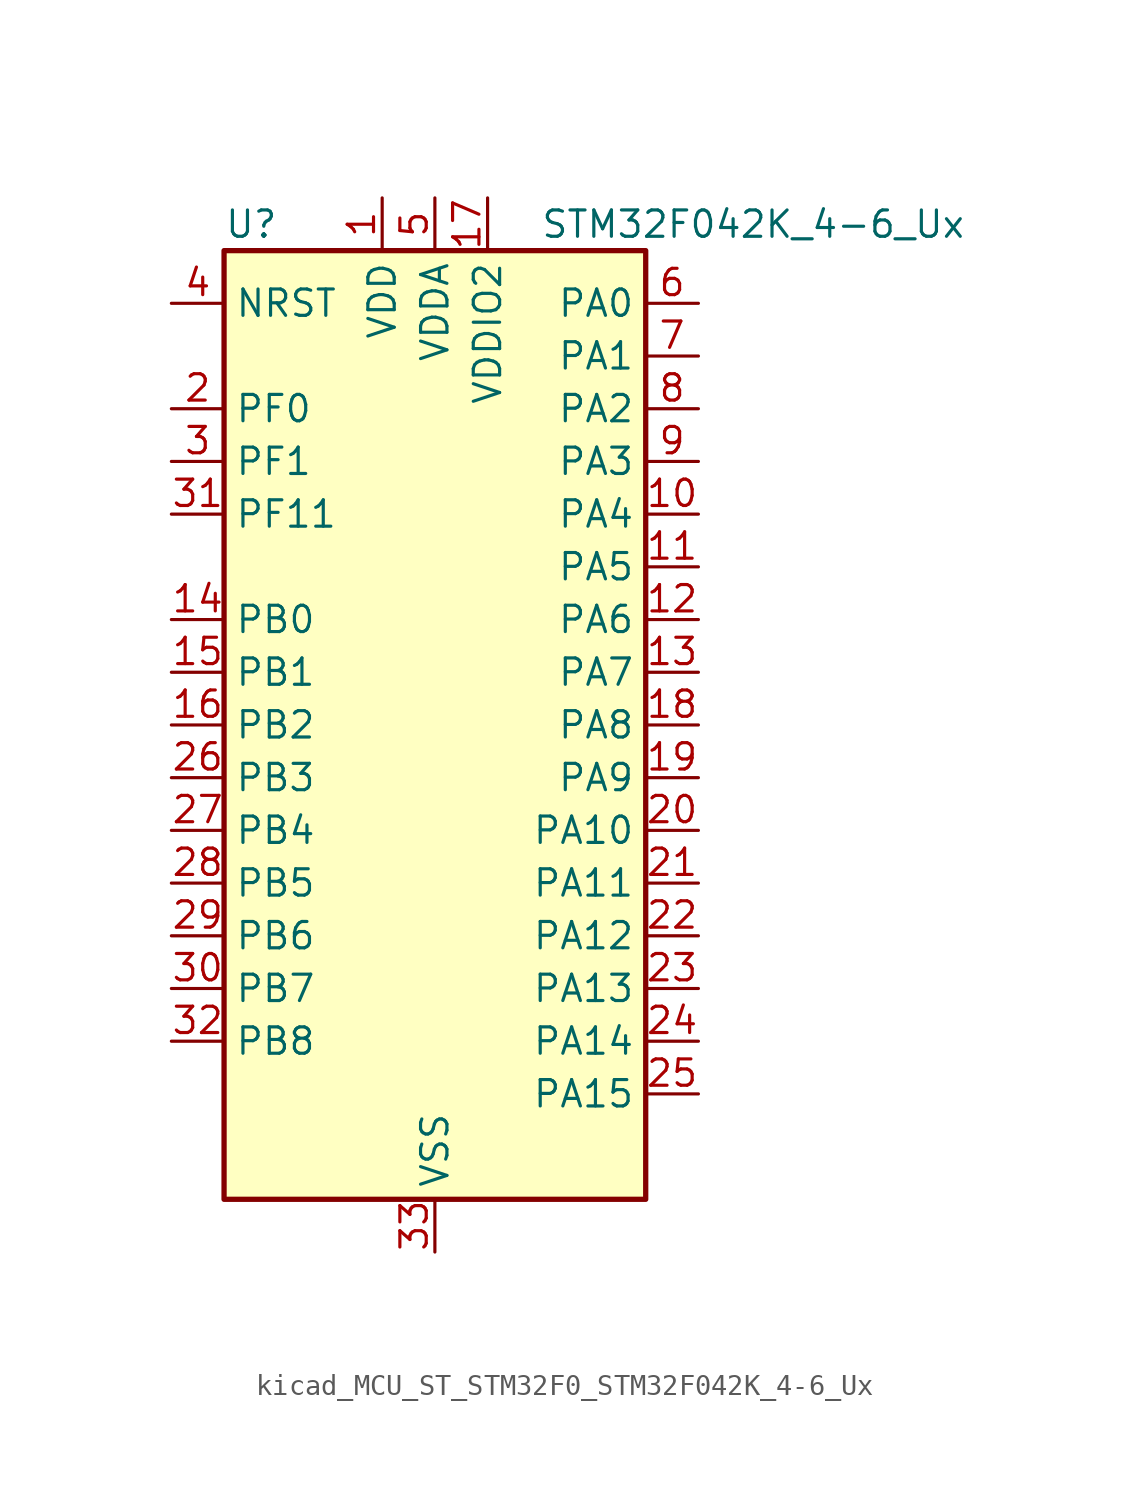
<source format=kicad_sym>
(kicad_symbol_lib
  (version 20220914)
  (generator kicad_symbol_editor)
  (symbol "kicad_MCU_ST_STM32F0_STM32F042K_4-6_Ux"
    (property "Reference" "U"
      (at -10.16 24.13 0)
      (effects (font (size 1.27 1.27)) (justify left)))
    (property "Value" "STM32F042K_4-6_Ux"
      (at 5.08 24.13 0)
      (effects (font (size 1.27 1.27)) (justify left)))
    (property "ki_locked" ""
      (at 0 0 0)
      (effects (font (size 1.27 1.27))))
    (symbol "kicad_MCU_ST_STM32F0_STM32F042K_4-6_Ux_0_1"
      (rectangle (start -10.16 -22.86) (end 10.16 22.86) (stroke (width 0.254) (type default)) (fill (type background))))
    (symbol "kicad_MCU_ST_STM32F0_STM32F042K_4-6_Ux_1_1"
      (pin power_in line (at -2.54 25.4 270) (length 2.54) (name "VDD" (effects (font (size 1.27 1.27)))) (number "1" (effects (font (size 1.27 1.27)))))
      (pin bidirectional line (at 12.7 10.16 180) (length 2.54) (name "PA4" (effects (font (size 1.27 1.27)))) (number "10" (effects (font (size 1.27 1.27)))) (alternate "ADC_IN4" bidirectional line) (alternate "I2S1_WS" bidirectional line) (alternate "SPI1_NSS" bidirectional line) (alternate "TIM14_CH1" bidirectional line) (alternate "TSC_G2_IO1" bidirectional line) (alternate "USART2_CK" bidirectional line) (alternate "USB_NOE" bidirectional line))
      (pin bidirectional line (at 12.7 7.62 180) (length 2.54) (name "PA5" (effects (font (size 1.27 1.27)))) (number "11" (effects (font (size 1.27 1.27)))) (alternate "ADC_IN5" bidirectional line) (alternate "CEC" bidirectional line) (alternate "I2S1_CK" bidirectional line) (alternate "SPI1_SCK" bidirectional line) (alternate "TIM2_CH1" bidirectional line) (alternate "TIM2_ETR" bidirectional line) (alternate "TSC_G2_IO2" bidirectional line))
      (pin bidirectional line (at 12.7 5.08 180) (length 2.54) (name "PA6" (effects (font (size 1.27 1.27)))) (number "12" (effects (font (size 1.27 1.27)))) (alternate "ADC_IN6" bidirectional line) (alternate "I2S1_MCK" bidirectional line) (alternate "SPI1_MISO" bidirectional line) (alternate "TIM16_CH1" bidirectional line) (alternate "TIM1_BKIN" bidirectional line) (alternate "TIM3_CH1" bidirectional line) (alternate "TSC_G2_IO3" bidirectional line))
      (pin bidirectional line (at 12.7 2.54 180) (length 2.54) (name "PA7" (effects (font (size 1.27 1.27)))) (number "13" (effects (font (size 1.27 1.27)))) (alternate "ADC_IN7" bidirectional line) (alternate "I2S1_SD" bidirectional line) (alternate "SPI1_MOSI" bidirectional line) (alternate "TIM14_CH1" bidirectional line) (alternate "TIM17_CH1" bidirectional line) (alternate "TIM1_CH1N" bidirectional line) (alternate "TIM3_CH2" bidirectional line) (alternate "TSC_G2_IO4" bidirectional line))
      (pin bidirectional line (at -12.7 5.08 0) (length 2.54) (name "PB0" (effects (font (size 1.27 1.27)))) (number "14" (effects (font (size 1.27 1.27)))) (alternate "ADC_IN8" bidirectional line) (alternate "TIM1_CH2N" bidirectional line) (alternate "TIM3_CH3" bidirectional line) (alternate "TSC_G3_IO2" bidirectional line))
      (pin bidirectional line (at -12.7 2.54 0) (length 2.54) (name "PB1" (effects (font (size 1.27 1.27)))) (number "15" (effects (font (size 1.27 1.27)))) (alternate "ADC_IN9" bidirectional line) (alternate "TIM14_CH1" bidirectional line) (alternate "TIM1_CH3N" bidirectional line) (alternate "TIM3_CH4" bidirectional line) (alternate "TSC_G3_IO3" bidirectional line))
      (pin bidirectional line (at -12.7 0 0) (length 2.54) (name "PB2" (effects (font (size 1.27 1.27)))) (number "16" (effects (font (size 1.27 1.27)))) (alternate "TSC_G3_IO4" bidirectional line))
      (pin power_in line (at 2.54 25.4 270) (length 2.54) (name "VDDIO2" (effects (font (size 1.27 1.27)))) (number "17" (effects (font (size 1.27 1.27)))))
      (pin bidirectional line (at 12.7 0 180) (length 2.54) (name "PA8" (effects (font (size 1.27 1.27)))) (number "18" (effects (font (size 1.27 1.27)))) (alternate "CRS_SYNC" bidirectional line) (alternate "RCC_MCO" bidirectional line) (alternate "TIM1_CH1" bidirectional line) (alternate "USART1_CK" bidirectional line))
      (pin bidirectional line (at 12.7 -2.54 180) (length 2.54) (name "PA9" (effects (font (size 1.27 1.27)))) (number "19" (effects (font (size 1.27 1.27)))) (alternate "I2C1_SCL" bidirectional line) (alternate "TIM1_CH2" bidirectional line) (alternate "TSC_G4_IO1" bidirectional line) (alternate "USART1_TX" bidirectional line))
      (pin bidirectional line (at -12.7 15.24 0) (length 2.54) (name "PF0" (effects (font (size 1.27 1.27)))) (number "2" (effects (font (size 1.27 1.27)))) (alternate "CRS_SYNC" bidirectional line) (alternate "I2C1_SDA" bidirectional line) (alternate "RCC_OSC_IN" bidirectional line))
      (pin bidirectional line (at 12.7 -5.08 180) (length 2.54) (name "PA10" (effects (font (size 1.27 1.27)))) (number "20" (effects (font (size 1.27 1.27)))) (alternate "I2C1_SDA" bidirectional line) (alternate "TIM17_BKIN" bidirectional line) (alternate "TIM1_CH3" bidirectional line) (alternate "TSC_G4_IO2" bidirectional line) (alternate "USART1_RX" bidirectional line))
      (pin bidirectional line (at 12.7 -7.62 180) (length 2.54) (name "PA11" (effects (font (size 1.27 1.27)))) (number "21" (effects (font (size 1.27 1.27)))) (alternate "CAN_RX" bidirectional line) (alternate "I2C1_SCL" bidirectional line) (alternate "TIM1_CH4" bidirectional line) (alternate "TSC_G4_IO3" bidirectional line) (alternate "USART1_CTS" bidirectional line) (alternate "USB_DM" bidirectional line))
      (pin bidirectional line (at 12.7 -10.16 180) (length 2.54) (name "PA12" (effects (font (size 1.27 1.27)))) (number "22" (effects (font (size 1.27 1.27)))) (alternate "CAN_TX" bidirectional line) (alternate "I2C1_SDA" bidirectional line) (alternate "TIM1_ETR" bidirectional line) (alternate "TSC_G4_IO4" bidirectional line) (alternate "USART1_DE" bidirectional line) (alternate "USART1_RTS" bidirectional line) (alternate "USB_DP" bidirectional line))
      (pin bidirectional line (at 12.7 -12.7 180) (length 2.54) (name "PA13" (effects (font (size 1.27 1.27)))) (number "23" (effects (font (size 1.27 1.27)))) (alternate "IR_OUT" bidirectional line) (alternate "SYS_SWDIO" bidirectional line) (alternate "USB_NOE" bidirectional line))
      (pin bidirectional line (at 12.7 -15.24 180) (length 2.54) (name "PA14" (effects (font (size 1.27 1.27)))) (number "24" (effects (font (size 1.27 1.27)))) (alternate "SYS_SWCLK" bidirectional line) (alternate "USART2_TX" bidirectional line))
      (pin bidirectional line (at 12.7 -17.78 180) (length 2.54) (name "PA15" (effects (font (size 1.27 1.27)))) (number "25" (effects (font (size 1.27 1.27)))) (alternate "I2S1_WS" bidirectional line) (alternate "SPI1_NSS" bidirectional line) (alternate "TIM2_CH1" bidirectional line) (alternate "TIM2_ETR" bidirectional line) (alternate "USART2_RX" bidirectional line) (alternate "USB_NOE" bidirectional line))
      (pin bidirectional line (at -12.7 -2.54 0) (length 2.54) (name "PB3" (effects (font (size 1.27 1.27)))) (number "26" (effects (font (size 1.27 1.27)))) (alternate "I2S1_CK" bidirectional line) (alternate "SPI1_SCK" bidirectional line) (alternate "TIM2_CH2" bidirectional line) (alternate "TSC_G5_IO1" bidirectional line))
      (pin bidirectional line (at -12.7 -5.08 0) (length 2.54) (name "PB4" (effects (font (size 1.27 1.27)))) (number "27" (effects (font (size 1.27 1.27)))) (alternate "I2S1_MCK" bidirectional line) (alternate "SPI1_MISO" bidirectional line) (alternate "TIM17_BKIN" bidirectional line) (alternate "TIM3_CH1" bidirectional line) (alternate "TSC_G5_IO2" bidirectional line))
      (pin bidirectional line (at -12.7 -7.62 0) (length 2.54) (name "PB5" (effects (font (size 1.27 1.27)))) (number "28" (effects (font (size 1.27 1.27)))) (alternate "I2C1_SMBA" bidirectional line) (alternate "I2S1_SD" bidirectional line) (alternate "SPI1_MOSI" bidirectional line) (alternate "SYS_WKUP6" bidirectional line) (alternate "TIM16_BKIN" bidirectional line) (alternate "TIM3_CH2" bidirectional line))
      (pin bidirectional line (at -12.7 -10.16 0) (length 2.54) (name "PB6" (effects (font (size 1.27 1.27)))) (number "29" (effects (font (size 1.27 1.27)))) (alternate "I2C1_SCL" bidirectional line) (alternate "TIM16_CH1N" bidirectional line) (alternate "TSC_G5_IO3" bidirectional line) (alternate "USART1_TX" bidirectional line))
      (pin bidirectional line (at -12.7 12.7 0) (length 2.54) (name "PF1" (effects (font (size 1.27 1.27)))) (number "3" (effects (font (size 1.27 1.27)))) (alternate "I2C1_SCL" bidirectional line) (alternate "RCC_OSC_OUT" bidirectional line))
      (pin bidirectional line (at -12.7 -12.7 0) (length 2.54) (name "PB7" (effects (font (size 1.27 1.27)))) (number "30" (effects (font (size 1.27 1.27)))) (alternate "I2C1_SDA" bidirectional line) (alternate "TIM17_CH1N" bidirectional line) (alternate "TSC_G5_IO4" bidirectional line) (alternate "USART1_RX" bidirectional line))
      (pin bidirectional line (at -12.7 10.16 0) (length 2.54) (name "PF11" (effects (font (size 1.27 1.27)))) (number "31" (effects (font (size 1.27 1.27)))))
      (pin bidirectional line (at -12.7 -15.24 0) (length 2.54) (name "PB8" (effects (font (size 1.27 1.27)))) (number "32" (effects (font (size 1.27 1.27)))) (alternate "CAN_RX" bidirectional line) (alternate "CEC" bidirectional line) (alternate "I2C1_SCL" bidirectional line) (alternate "TIM16_CH1" bidirectional line) (alternate "TSC_SYNC" bidirectional line))
      (pin power_in line (at 0 -25.4 90) (length 2.54) (name "VSS" (effects (font (size 1.27 1.27)))) (number "33" (effects (font (size 1.27 1.27)))))
      (pin input line (at -12.7 20.32 0) (length 2.54) (name "NRST" (effects (font (size 1.27 1.27)))) (number "4" (effects (font (size 1.27 1.27)))))
      (pin power_in line (at 0 25.4 270) (length 2.54) (name "VDDA" (effects (font (size 1.27 1.27)))) (number "5" (effects (font (size 1.27 1.27)))))
      (pin bidirectional line (at 12.7 20.32 180) (length 2.54) (name "PA0" (effects (font (size 1.27 1.27)))) (number "6" (effects (font (size 1.27 1.27)))) (alternate "ADC_IN0" bidirectional line) (alternate "RTC_TAMP2" bidirectional line) (alternate "SYS_WKUP1" bidirectional line) (alternate "TIM2_CH1" bidirectional line) (alternate "TIM2_ETR" bidirectional line) (alternate "TSC_G1_IO1" bidirectional line) (alternate "USART2_CTS" bidirectional line))
      (pin bidirectional line (at 12.7 17.78 180) (length 2.54) (name "PA1" (effects (font (size 1.27 1.27)))) (number "7" (effects (font (size 1.27 1.27)))) (alternate "ADC_IN1" bidirectional line) (alternate "TIM2_CH2" bidirectional line) (alternate "TSC_G1_IO2" bidirectional line) (alternate "USART2_DE" bidirectional line) (alternate "USART2_RTS" bidirectional line))
      (pin bidirectional line (at 12.7 15.24 180) (length 2.54) (name "PA2" (effects (font (size 1.27 1.27)))) (number "8" (effects (font (size 1.27 1.27)))) (alternate "ADC_IN2" bidirectional line) (alternate "SYS_WKUP4" bidirectional line) (alternate "TIM2_CH3" bidirectional line) (alternate "TSC_G1_IO3" bidirectional line) (alternate "USART2_TX" bidirectional line))
      (pin bidirectional line (at 12.7 12.7 180) (length 2.54) (name "PA3" (effects (font (size 1.27 1.27)))) (number "9" (effects (font (size 1.27 1.27)))) (alternate "ADC_IN3" bidirectional line) (alternate "TIM2_CH4" bidirectional line) (alternate "TSC_G1_IO4" bidirectional line) (alternate "USART2_RX" bidirectional line)))))
</source>
